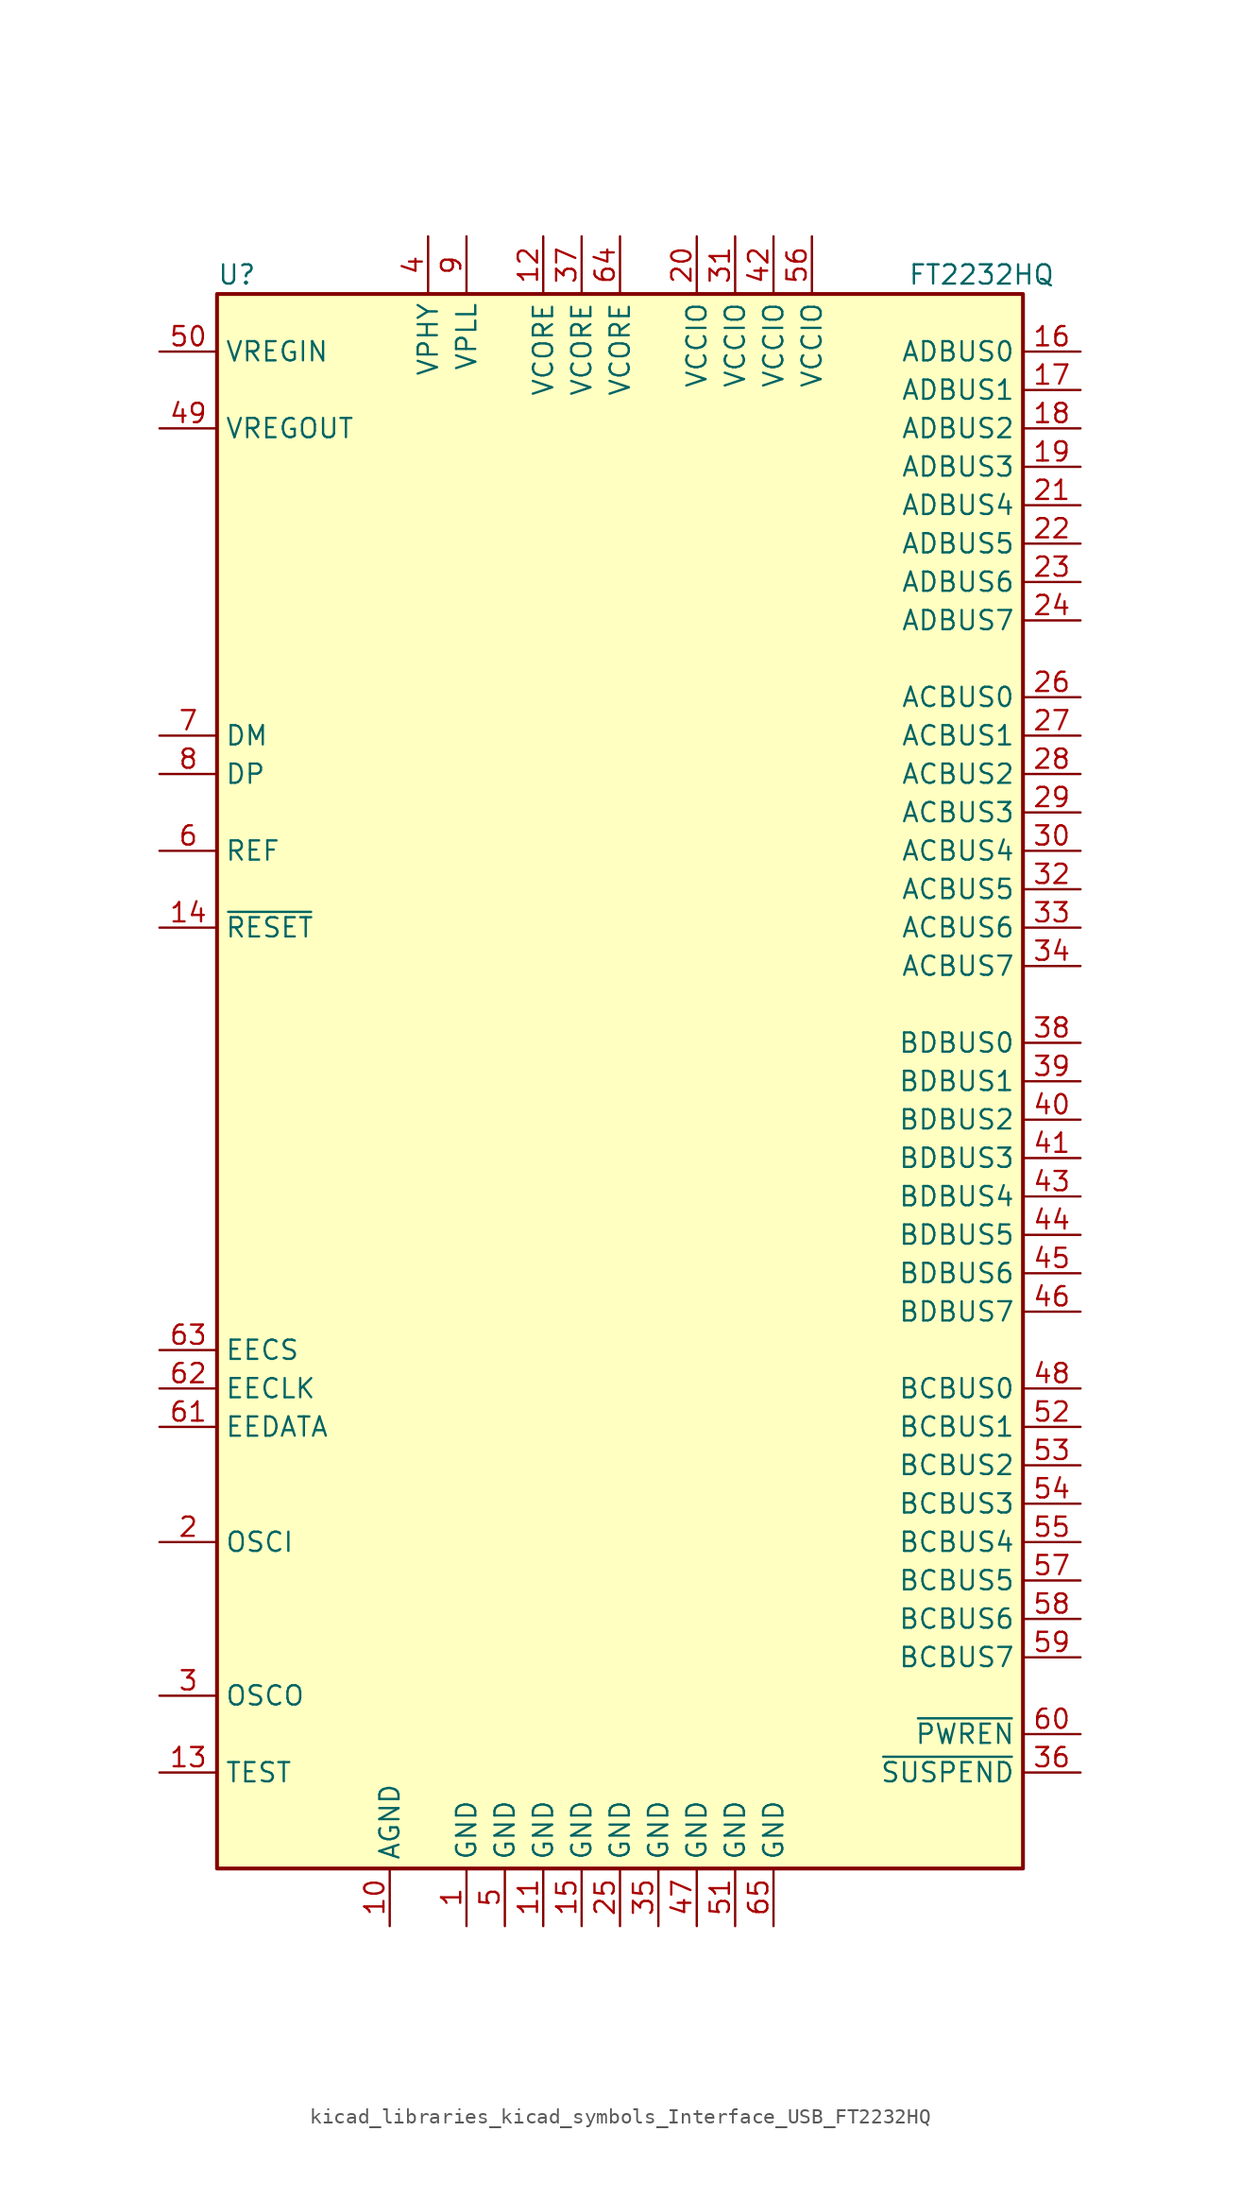
<source format=kicad_sym>
(kicad_symbol_lib
  (version 20220914)
  (generator kicad_symbol_editor)
  (symbol "kicad_libraries_kicad_symbols_Interface_USB_FT2232HQ"
    (property "Reference" "U"
      (at -26.67 53.34 0)
      (effects (font (size 1.27 1.27)) (justify left)))
    (property "Value" "FT2232HQ"
      (at 19.05 53.34 0)
      (effects (font (size 1.27 1.27)) (justify left)))
    (symbol "kicad_libraries_kicad_symbols_Interface_USB_FT2232HQ_0_1"
      (rectangle (start -26.67 -52.07) (end 26.67 52.07) (stroke (width 0.254) (type default)) (fill (type background))))
    (symbol "kicad_libraries_kicad_symbols_Interface_USB_FT2232HQ_1_1"
      (pin power_in line (at -10.16 -55.88 90) (length 3.81) (name "GND" (effects (font (size 1.27 1.27)))) (number "1" (effects (font (size 1.27 1.27)))))
      (pin power_in line (at -15.24 -55.88 90) (length 3.81) (name "AGND" (effects (font (size 1.27 1.27)))) (number "10" (effects (font (size 1.27 1.27)))))
      (pin power_in line (at -5.08 -55.88 90) (length 3.81) (name "GND" (effects (font (size 1.27 1.27)))) (number "11" (effects (font (size 1.27 1.27)))))
      (pin power_in line (at -5.08 55.88 270) (length 3.81) (name "VCORE" (effects (font (size 1.27 1.27)))) (number "12" (effects (font (size 1.27 1.27)))))
      (pin input line (at -30.48 -45.72 0) (length 3.81) (name "TEST" (effects (font (size 1.27 1.27)))) (number "13" (effects (font (size 1.27 1.27)))))
      (pin input line (at -30.48 10.16 0) (length 3.81) (name "~{RESET}" (effects (font (size 1.27 1.27)))) (number "14" (effects (font (size 1.27 1.27)))))
      (pin power_in line (at -2.54 -55.88 90) (length 3.81) (name "GND" (effects (font (size 1.27 1.27)))) (number "15" (effects (font (size 1.27 1.27)))))
      (pin bidirectional line (at 30.48 48.26 180) (length 3.81) (name "ADBUS0" (effects (font (size 1.27 1.27)))) (number "16" (effects (font (size 1.27 1.27)))))
      (pin bidirectional line (at 30.48 45.72 180) (length 3.81) (name "ADBUS1" (effects (font (size 1.27 1.27)))) (number "17" (effects (font (size 1.27 1.27)))))
      (pin bidirectional line (at 30.48 43.18 180) (length 3.81) (name "ADBUS2" (effects (font (size 1.27 1.27)))) (number "18" (effects (font (size 1.27 1.27)))))
      (pin bidirectional line (at 30.48 40.64 180) (length 3.81) (name "ADBUS3" (effects (font (size 1.27 1.27)))) (number "19" (effects (font (size 1.27 1.27)))))
      (pin input line (at -30.48 -30.48 0) (length 3.81) (name "OSCI" (effects (font (size 1.27 1.27)))) (number "2" (effects (font (size 1.27 1.27)))))
      (pin power_in line (at 5.08 55.88 270) (length 3.81) (name "VCCIO" (effects (font (size 1.27 1.27)))) (number "20" (effects (font (size 1.27 1.27)))))
      (pin bidirectional line (at 30.48 38.1 180) (length 3.81) (name "ADBUS4" (effects (font (size 1.27 1.27)))) (number "21" (effects (font (size 1.27 1.27)))))
      (pin bidirectional line (at 30.48 35.56 180) (length 3.81) (name "ADBUS5" (effects (font (size 1.27 1.27)))) (number "22" (effects (font (size 1.27 1.27)))))
      (pin bidirectional line (at 30.48 33.02 180) (length 3.81) (name "ADBUS6" (effects (font (size 1.27 1.27)))) (number "23" (effects (font (size 1.27 1.27)))))
      (pin bidirectional line (at 30.48 30.48 180) (length 3.81) (name "ADBUS7" (effects (font (size 1.27 1.27)))) (number "24" (effects (font (size 1.27 1.27)))))
      (pin power_in line (at 0 -55.88 90) (length 3.81) (name "GND" (effects (font (size 1.27 1.27)))) (number "25" (effects (font (size 1.27 1.27)))))
      (pin bidirectional line (at 30.48 25.4 180) (length 3.81) (name "ACBUS0" (effects (font (size 1.27 1.27)))) (number "26" (effects (font (size 1.27 1.27)))))
      (pin bidirectional line (at 30.48 22.86 180) (length 3.81) (name "ACBUS1" (effects (font (size 1.27 1.27)))) (number "27" (effects (font (size 1.27 1.27)))))
      (pin bidirectional line (at 30.48 20.32 180) (length 3.81) (name "ACBUS2" (effects (font (size 1.27 1.27)))) (number "28" (effects (font (size 1.27 1.27)))))
      (pin bidirectional line (at 30.48 17.78 180) (length 3.81) (name "ACBUS3" (effects (font (size 1.27 1.27)))) (number "29" (effects (font (size 1.27 1.27)))))
      (pin output line (at -30.48 -40.64 0) (length 3.81) (name "OSCO" (effects (font (size 1.27 1.27)))) (number "3" (effects (font (size 1.27 1.27)))))
      (pin bidirectional line (at 30.48 15.24 180) (length 3.81) (name "ACBUS4" (effects (font (size 1.27 1.27)))) (number "30" (effects (font (size 1.27 1.27)))))
      (pin power_in line (at 7.62 55.88 270) (length 3.81) (name "VCCIO" (effects (font (size 1.27 1.27)))) (number "31" (effects (font (size 1.27 1.27)))))
      (pin bidirectional line (at 30.48 12.7 180) (length 3.81) (name "ACBUS5" (effects (font (size 1.27 1.27)))) (number "32" (effects (font (size 1.27 1.27)))))
      (pin bidirectional line (at 30.48 10.16 180) (length 3.81) (name "ACBUS6" (effects (font (size 1.27 1.27)))) (number "33" (effects (font (size 1.27 1.27)))))
      (pin bidirectional line (at 30.48 7.62 180) (length 3.81) (name "ACBUS7" (effects (font (size 1.27 1.27)))) (number "34" (effects (font (size 1.27 1.27)))))
      (pin power_in line (at 2.54 -55.88 90) (length 3.81) (name "GND" (effects (font (size 1.27 1.27)))) (number "35" (effects (font (size 1.27 1.27)))))
      (pin output line (at 30.48 -45.72 180) (length 3.81) (name "~{SUSPEND}" (effects (font (size 1.27 1.27)))) (number "36" (effects (font (size 1.27 1.27)))))
      (pin power_in line (at -2.54 55.88 270) (length 3.81) (name "VCORE" (effects (font (size 1.27 1.27)))) (number "37" (effects (font (size 1.27 1.27)))))
      (pin bidirectional line (at 30.48 2.54 180) (length 3.81) (name "BDBUS0" (effects (font (size 1.27 1.27)))) (number "38" (effects (font (size 1.27 1.27)))))
      (pin bidirectional line (at 30.48 0 180) (length 3.81) (name "BDBUS1" (effects (font (size 1.27 1.27)))) (number "39" (effects (font (size 1.27 1.27)))))
      (pin power_in line (at -12.7 55.88 270) (length 3.81) (name "VPHY" (effects (font (size 1.27 1.27)))) (number "4" (effects (font (size 1.27 1.27)))))
      (pin bidirectional line (at 30.48 -2.54 180) (length 3.81) (name "BDBUS2" (effects (font (size 1.27 1.27)))) (number "40" (effects (font (size 1.27 1.27)))))
      (pin bidirectional line (at 30.48 -5.08 180) (length 3.81) (name "BDBUS3" (effects (font (size 1.27 1.27)))) (number "41" (effects (font (size 1.27 1.27)))))
      (pin power_in line (at 10.16 55.88 270) (length 3.81) (name "VCCIO" (effects (font (size 1.27 1.27)))) (number "42" (effects (font (size 1.27 1.27)))))
      (pin bidirectional line (at 30.48 -7.62 180) (length 3.81) (name "BDBUS4" (effects (font (size 1.27 1.27)))) (number "43" (effects (font (size 1.27 1.27)))))
      (pin bidirectional line (at 30.48 -10.16 180) (length 3.81) (name "BDBUS5" (effects (font (size 1.27 1.27)))) (number "44" (effects (font (size 1.27 1.27)))))
      (pin bidirectional line (at 30.48 -12.7 180) (length 3.81) (name "BDBUS6" (effects (font (size 1.27 1.27)))) (number "45" (effects (font (size 1.27 1.27)))))
      (pin bidirectional line (at 30.48 -15.24 180) (length 3.81) (name "BDBUS7" (effects (font (size 1.27 1.27)))) (number "46" (effects (font (size 1.27 1.27)))))
      (pin power_in line (at 5.08 -55.88 90) (length 3.81) (name "GND" (effects (font (size 1.27 1.27)))) (number "47" (effects (font (size 1.27 1.27)))))
      (pin bidirectional line (at 30.48 -20.32 180) (length 3.81) (name "BCBUS0" (effects (font (size 1.27 1.27)))) (number "48" (effects (font (size 1.27 1.27)))))
      (pin power_out line (at -30.48 43.18 0) (length 3.81) (name "VREGOUT" (effects (font (size 1.27 1.27)))) (number "49" (effects (font (size 1.27 1.27)))))
      (pin power_in line (at -7.62 -55.88 90) (length 3.81) (name "GND" (effects (font (size 1.27 1.27)))) (number "5" (effects (font (size 1.27 1.27)))))
      (pin power_in line (at -30.48 48.26 0) (length 3.81) (name "VREGIN" (effects (font (size 1.27 1.27)))) (number "50" (effects (font (size 1.27 1.27)))))
      (pin power_in line (at 7.62 -55.88 90) (length 3.81) (name "GND" (effects (font (size 1.27 1.27)))) (number "51" (effects (font (size 1.27 1.27)))))
      (pin bidirectional line (at 30.48 -22.86 180) (length 3.81) (name "BCBUS1" (effects (font (size 1.27 1.27)))) (number "52" (effects (font (size 1.27 1.27)))))
      (pin bidirectional line (at 30.48 -25.4 180) (length 3.81) (name "BCBUS2" (effects (font (size 1.27 1.27)))) (number "53" (effects (font (size 1.27 1.27)))))
      (pin bidirectional line (at 30.48 -27.94 180) (length 3.81) (name "BCBUS3" (effects (font (size 1.27 1.27)))) (number "54" (effects (font (size 1.27 1.27)))))
      (pin bidirectional line (at 30.48 -30.48 180) (length 3.81) (name "BCBUS4" (effects (font (size 1.27 1.27)))) (number "55" (effects (font (size 1.27 1.27)))))
      (pin power_in line (at 12.7 55.88 270) (length 3.81) (name "VCCIO" (effects (font (size 1.27 1.27)))) (number "56" (effects (font (size 1.27 1.27)))))
      (pin bidirectional line (at 30.48 -33.02 180) (length 3.81) (name "BCBUS5" (effects (font (size 1.27 1.27)))) (number "57" (effects (font (size 1.27 1.27)))))
      (pin bidirectional line (at 30.48 -35.56 180) (length 3.81) (name "BCBUS6" (effects (font (size 1.27 1.27)))) (number "58" (effects (font (size 1.27 1.27)))))
      (pin bidirectional line (at 30.48 -38.1 180) (length 3.81) (name "BCBUS7" (effects (font (size 1.27 1.27)))) (number "59" (effects (font (size 1.27 1.27)))))
      (pin output line (at -30.48 15.24 0) (length 3.81) (name "REF" (effects (font (size 1.27 1.27)))) (number "6" (effects (font (size 1.27 1.27)))))
      (pin output line (at 30.48 -43.18 180) (length 3.81) (name "~{PWREN}" (effects (font (size 1.27 1.27)))) (number "60" (effects (font (size 1.27 1.27)))))
      (pin bidirectional line (at -30.48 -22.86 0) (length 3.81) (name "EEDATA" (effects (font (size 1.27 1.27)))) (number "61" (effects (font (size 1.27 1.27)))))
      (pin output line (at -30.48 -20.32 0) (length 3.81) (name "EECLK" (effects (font (size 1.27 1.27)))) (number "62" (effects (font (size 1.27 1.27)))))
      (pin output line (at -30.48 -17.78 0) (length 3.81) (name "EECS" (effects (font (size 1.27 1.27)))) (number "63" (effects (font (size 1.27 1.27)))))
      (pin power_in line (at 0 55.88 270) (length 3.81) (name "VCORE" (effects (font (size 1.27 1.27)))) (number "64" (effects (font (size 1.27 1.27)))))
      (pin power_in line (at 10.16 -55.88 90) (length 3.81) (name "GND" (effects (font (size 1.27 1.27)))) (number "65" (effects (font (size 1.27 1.27)))))
      (pin bidirectional line (at -30.48 22.86 0) (length 3.81) (name "DM" (effects (font (size 1.27 1.27)))) (number "7" (effects (font (size 1.27 1.27)))))
      (pin bidirectional line (at -30.48 20.32 0) (length 3.81) (name "DP" (effects (font (size 1.27 1.27)))) (number "8" (effects (font (size 1.27 1.27)))))
      (pin input line (at -10.16 55.88 270) (length 3.81) (name "VPLL" (effects (font (size 1.27 1.27)))) (number "9" (effects (font (size 1.27 1.27))))))))
</source>
